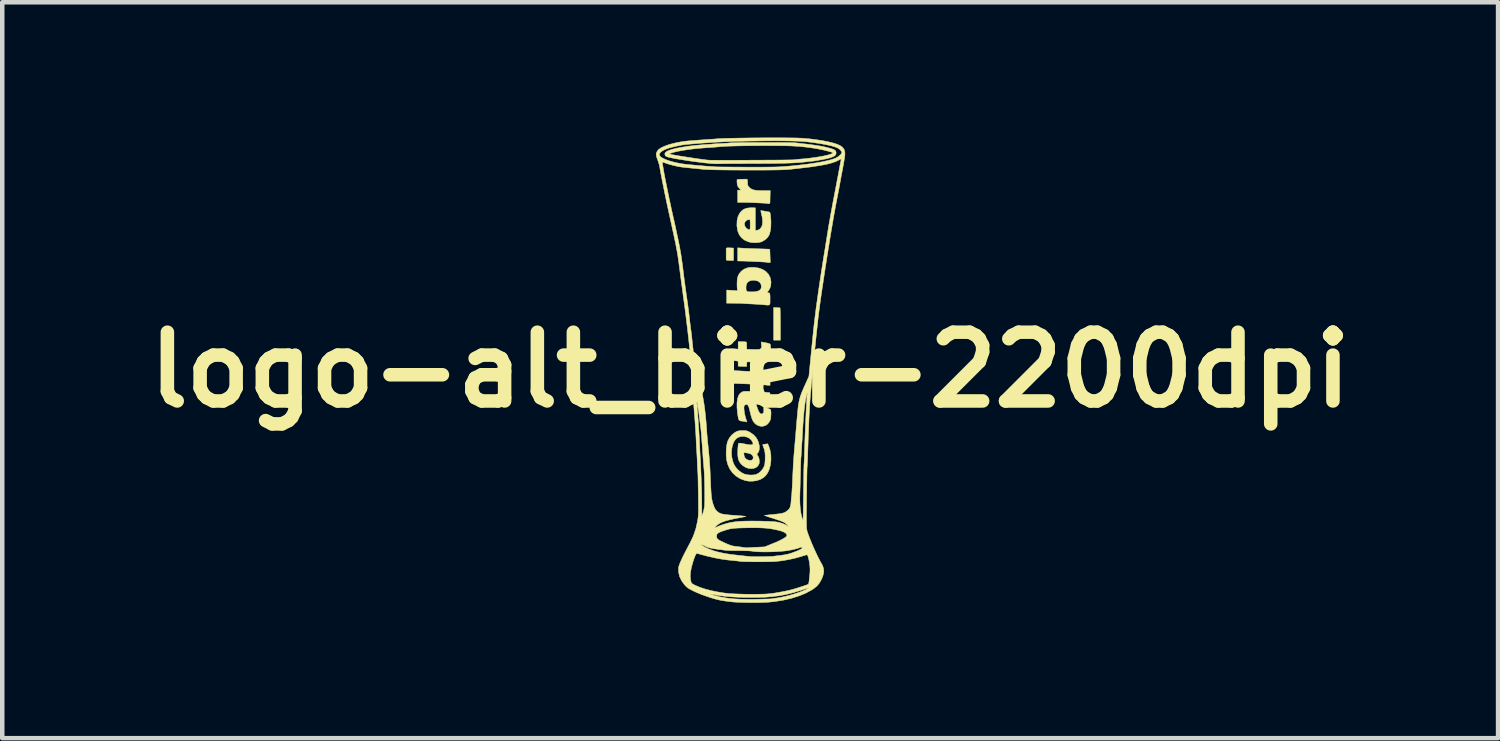
<source format=kicad_pcb>
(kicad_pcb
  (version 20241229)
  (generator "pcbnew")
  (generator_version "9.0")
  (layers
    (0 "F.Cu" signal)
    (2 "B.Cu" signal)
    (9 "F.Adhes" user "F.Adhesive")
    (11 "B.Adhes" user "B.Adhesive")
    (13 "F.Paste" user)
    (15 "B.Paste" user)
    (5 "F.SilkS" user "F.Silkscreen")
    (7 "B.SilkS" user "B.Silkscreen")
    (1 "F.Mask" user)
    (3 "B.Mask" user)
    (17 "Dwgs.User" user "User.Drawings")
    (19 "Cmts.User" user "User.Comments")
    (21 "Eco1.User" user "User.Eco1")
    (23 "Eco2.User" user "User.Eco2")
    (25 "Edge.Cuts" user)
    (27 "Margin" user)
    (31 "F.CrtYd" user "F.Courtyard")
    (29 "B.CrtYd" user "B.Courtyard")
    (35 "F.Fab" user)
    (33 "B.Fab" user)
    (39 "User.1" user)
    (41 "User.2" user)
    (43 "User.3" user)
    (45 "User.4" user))
  (footprint "logo-alt_bier-2200dpi"
    (layer "F.Cu")
    (at 13.578 5.148)
    (property "Reference" "logo-alt_bier-2200dpi" (at 0 0 0) (layer "F.SilkS") (effects (font (size 1.524 1.524) (thickness 0.3))))
    (attr through_hole)
    (fp_poly (pts (xy 0.586 -1.379) (xy 0.623 -1.377) (xy 0.651 -1.375) (xy 0.661 -1.375) (xy 0.663 -1.363) (xy 0.665 -1.332) (xy 0.667 -1.283) (xy 0.668 -1.219) (xy 0.669 -1.143) (xy 0.67 -1.058) (xy 0.67 -1.016) (xy 0.67 -0.658) (xy 0.52 -0.658) (xy 0.52 -1.382) (xy 0.586 -1.379)) (stroke (width 0.01) (type solid)) (fill yes) (layer "F.SilkS"))
    (fp_poly (pts (xy -0.45 -2.704) (xy -0.369 -2.7) (xy -0.369 -2.425) (xy -0.45 -2.425) (xy -0.497 -2.426) (xy -0.524 -2.431) (xy -0.531 -2.439) (xy -0.532 -2.462) (xy -0.532 -2.5) (xy -0.532 -2.547) (xy -0.532 -2.595) (xy -0.532 -2.64) (xy -0.532 -2.673) (xy -0.532 -2.69) (xy -0.527 -2.699) (xy -0.511 -2.704) (xy -0.48 -2.705) (xy -0.45 -2.704)) (stroke (width 0.01) (type solid)) (fill yes) (layer "F.SilkS"))
    (fp_poly (pts (xy -0.17 -2.697) (xy -0.125 -2.695) (xy -0.063 -2.692) (xy 0.012 -2.689) (xy 0.093 -2.686) (xy 0.175 -2.683) (xy 0.185 -2.683) (xy 0.258 -2.681) (xy 0.322 -2.679) (xy 0.375 -2.677) (xy 0.413 -2.675) (xy 0.433 -2.675) (xy 0.435 -2.674) (xy 0.436 -2.663) (xy 0.437 -2.633) (xy 0.439 -2.588) (xy 0.441 -2.534) (xy 0.441 -2.526) (xy 0.446 -2.378) (xy 0.409 -2.378) (xy 0.383 -2.38) (xy 0.368 -2.384) (xy 0.368 -2.384) (xy 0.355 -2.386) (xy 0.323 -2.389) (xy 0.277 -2.392) (xy 0.22 -2.395) (xy 0.19 -2.396) (xy 0.124 -2.399) (xy 0.061 -2.402) (xy 0.007 -2.405) (xy -0.032 -2.407) (xy -0.04 -2.407) (xy -0.082 -2.409) (xy -0.135 -2.411) (xy -0.188 -2.412) (xy -0.277 -2.413) (xy -0.277 -2.705) (xy -0.17 -2.697)) (stroke (width 0.01) (type solid)) (fill yes) (layer "F.SilkS"))
    (fp_poly (pts (xy -0.457 0.009) (xy -0.413 0.012) (xy -0.402 0.013) (xy -0.356 0.016) (xy -0.295 0.02) (xy -0.224 0.024) (xy -0.151 0.028) (xy -0.123 0.029) (xy -0.057 0.032) (xy 0.004 0.035) (xy 0.053 0.038) (xy 0.087 0.04) (xy 0.098 0.041) (xy 0.123 0.043) (xy 0.165 0.045) (xy 0.218 0.046) (xy 0.278 0.047) (xy 0.28 0.047) (xy 0.336 0.049) (xy 0.384 0.052) (xy 0.418 0.055) (xy 0.434 0.06) (xy 0.435 0.06) (xy 0.437 0.075) (xy 0.439 0.109) (xy 0.441 0.155) (xy 0.441 0.206) (xy 0.441 0.341) (xy 0.411 0.342) (xy 0.388 0.341) (xy 0.378 0.34) (xy 0.366 0.338) (xy 0.335 0.335) (xy 0.29 0.333) (xy 0.234 0.33) (xy 0.213 0.329) (xy 0.152 0.326) (xy 0.097 0.322) (xy 0.054 0.32) (xy 0.027 0.317) (xy 0.024 0.317) (xy 0.004 0.315) (xy -0.035 0.313) (xy -0.089 0.311) (xy -0.155 0.308) (xy -0.23 0.306) (xy -0.262 0.304) (xy -0.52 0.297) (xy -0.52 0.155) (xy -0.519 0.087) (xy -0.515 0.04) (xy -0.511 0.014) (xy -0.507 0.009) (xy -0.49 0.008) (xy -0.457 0.009)) (stroke (width 0.01) (type solid)) (fill yes) (layer "F.SilkS"))
    (fp_poly (pts (xy -0.082 -4.227) (xy -0.078 -4.226) (xy -0.067 -4.222) (xy -0.06 -4.208) (xy -0.058 -4.178) (xy -0.058 -4.155) (xy -0.057 -4.114) (xy -0.051 -4.088) (xy -0.037 -4.065) (xy -0.014 -4.041) (xy 0.015 -4.016) (xy 0.05 -3.998) (xy 0.093 -3.985) (xy 0.149 -3.977) (xy 0.221 -3.973) (xy 0.298 -3.972) (xy 0.445 -3.972) (xy 0.442 -3.853) (xy 0.441 -3.801) (xy 0.44 -3.754) (xy 0.44 -3.721) (xy 0.439 -3.709) (xy 0.433 -3.688) (xy 0.412 -3.683) (xy 0.389 -3.685) (xy 0.38 -3.688) (xy 0.367 -3.69) (xy 0.335 -3.693) (xy 0.287 -3.696) (xy 0.228 -3.699) (xy 0.161 -3.702) (xy 0.089 -3.705) (xy 0.018 -3.708) (xy -0.05 -3.71) (xy -0.11 -3.711) (xy -0.159 -3.712) (xy -0.277 -3.712) (xy -0.277 -3.848) (xy -0.277 -3.983) (xy -0.203 -3.983) (xy -0.233 -4.015) (xy -0.257 -4.044) (xy -0.276 -4.072) (xy -0.277 -4.074) (xy -0.284 -4.098) (xy -0.289 -4.132) (xy -0.292 -4.169) (xy -0.292 -4.201) (xy -0.288 -4.218) (xy -0.287 -4.219) (xy -0.275 -4.221) (xy -0.245 -4.223) (xy -0.205 -4.225) (xy -0.16 -4.226) (xy -0.117 -4.227) (xy -0.082 -4.227)) (stroke (width 0.01) (type solid)) (fill yes) (layer "F.SilkS"))
    (fp_poly (pts (xy -0.122 -0.622) (xy -0.092 -0.618) (xy -0.08 -0.611) (xy -0.08 -0.609) (xy -0.079 -0.59) (xy -0.078 -0.557) (xy -0.077 -0.525) (xy -0.075 -0.456) (xy 0.067 -0.452) (xy 0.129 -0.451) (xy 0.171 -0.452) (xy 0.199 -0.454) (xy 0.218 -0.459) (xy 0.231 -0.468) (xy 0.233 -0.47) (xy 0.247 -0.486) (xy 0.252 -0.506) (xy 0.251 -0.539) (xy 0.25 -0.555) (xy 0.243 -0.619) (xy 0.341 -0.602) (xy 0.397 -0.59) (xy 0.432 -0.578) (xy 0.445 -0.567) (xy 0.449 -0.548) (xy 0.453 -0.512) (xy 0.456 -0.464) (xy 0.458 -0.427) (xy 0.46 -0.371) (xy 0.46 -0.332) (xy 0.456 -0.303) (xy 0.449 -0.279) (xy 0.437 -0.254) (xy 0.417 -0.221) (xy 0.396 -0.196) (xy 0.369 -0.18) (xy 0.333 -0.17) (xy 0.284 -0.165) (xy 0.219 -0.165) (xy 0.156 -0.168) (xy 0.093 -0.171) (xy 0.036 -0.173) (xy -0.01 -0.175) (xy -0.04 -0.177) (xy -0.046 -0.177) (xy -0.064 -0.176) (xy -0.073 -0.166) (xy -0.076 -0.142) (xy -0.076 -0.127) (xy -0.077 -0.075) (xy -0.122 -0.075) (xy -0.165 -0.076) (xy -0.211 -0.078) (xy -0.216 -0.079) (xy -0.266 -0.082) (xy -0.266 -0.139) (xy -0.267 -0.174) (xy -0.273 -0.192) (xy -0.285 -0.197) (xy -0.286 -0.197) (xy -0.319 -0.199) (xy -0.356 -0.204) (xy -0.387 -0.211) (xy -0.404 -0.217) (xy -0.405 -0.218) (xy -0.41 -0.231) (xy -0.418 -0.261) (xy -0.428 -0.302) (xy -0.438 -0.348) (xy -0.448 -0.393) (xy -0.456 -0.432) (xy -0.461 -0.458) (xy -0.462 -0.465) (xy -0.451 -0.468) (xy -0.423 -0.469) (xy -0.382 -0.468) (xy -0.364 -0.467) (xy -0.266 -0.459) (xy -0.266 -0.623) (xy -0.173 -0.623) (xy -0.122 -0.622)) (stroke (width 0.01) (type solid)) (fill yes) (layer "F.SilkS"))
    (fp_poly (pts (xy 0.078 -3.592) (xy 0.115 -3.591) (xy 0.115 -3.094) (xy 0.149 -3.094) (xy 0.182 -3.101) (xy 0.211 -3.117) (xy 0.248 -3.16) (xy 0.27 -3.217) (xy 0.276 -3.29) (xy 0.267 -3.378) (xy 0.255 -3.435) (xy 0.245 -3.477) (xy 0.238 -3.51) (xy 0.235 -3.528) (xy 0.235 -3.53) (xy 0.247 -3.529) (xy 0.275 -3.525) (xy 0.313 -3.519) (xy 0.354 -3.512) (xy 0.393 -3.505) (xy 0.422 -3.499) (xy 0.435 -3.495) (xy 0.435 -3.495) (xy 0.441 -3.478) (xy 0.448 -3.442) (xy 0.454 -3.395) (xy 0.458 -3.339) (xy 0.461 -3.281) (xy 0.461 -3.274) (xy 0.459 -3.175) (xy 0.448 -3.086) (xy 0.43 -3.013) (xy 0.415 -2.978) (xy 0.379 -2.927) (xy 0.328 -2.882) (xy 0.27 -2.847) (xy 0.238 -2.834) (xy 0.17 -2.821) (xy 0.094 -2.818) (xy 0.018 -2.824) (xy -0.043 -2.839) (xy -0.127 -2.877) (xy -0.194 -2.93) (xy -0.243 -2.997) (xy -0.276 -3.079) (xy -0.292 -3.177) (xy -0.294 -3.204) (xy -0.294 -3.215) (xy -0.127 -3.215) (xy -0.109 -3.171) (xy -0.088 -3.145) (xy -0.059 -3.122) (xy -0.033 -3.108) (xy -0.024 -3.106) (xy -0.013 -3.107) (xy -0.006 -3.114) (xy -0.002 -3.13) (xy -0.000465 -3.161) (xy -0.000009 -3.209) (xy 0 -3.222) (xy -0.000414 -3.275) (xy -0.002 -3.309) (xy -0.006 -3.327) (xy -0.012 -3.333) (xy -0.018 -3.332) (xy -0.045 -3.326) (xy -0.053 -3.325) (xy -0.073 -3.317) (xy -0.097 -3.299) (xy -0.099 -3.297) (xy -0.124 -3.258) (xy -0.127 -3.215) (xy -0.294 -3.215) (xy -0.29 -3.309) (xy -0.269 -3.4) (xy -0.231 -3.474) (xy -0.194 -3.518) (xy -0.153 -3.552) (xy -0.106 -3.574) (xy -0.051 -3.588) (xy 0.018 -3.593) (xy 0.078 -3.592)) (stroke (width 0.01) (type solid)) (fill yes) (layer "F.SilkS"))
    (fp_poly (pts (xy 0.086 -2.272) (xy 0.187 -2.257) (xy 0.275 -2.226) (xy 0.347 -2.181) (xy 0.403 -2.123) (xy 0.441 -2.052) (xy 0.46 -1.971) (xy 0.462 -1.934) (xy 0.455 -1.86) (xy 0.432 -1.797) (xy 0.402 -1.752) (xy 0.383 -1.724) (xy 0.381 -1.71) (xy 0.397 -1.706) (xy 0.412 -1.708) (xy 0.424 -1.705) (xy 0.433 -1.693) (xy 0.438 -1.667) (xy 0.441 -1.625) (xy 0.441 -1.563) (xy 0.441 -1.56) (xy 0.441 -1.506) (xy 0.439 -1.469) (xy 0.431 -1.447) (xy 0.414 -1.437) (xy 0.384 -1.435) (xy 0.337 -1.439) (xy 0.294 -1.443) (xy 0.249 -1.447) (xy 0.187 -1.452) (xy 0.117 -1.456) (xy 0.044 -1.46) (xy 0.023 -1.461) (xy -0.04 -1.464) (xy -0.096 -1.467) (xy -0.139 -1.47) (xy -0.167 -1.472) (xy -0.173 -1.473) (xy -0.191 -1.474) (xy -0.226 -1.475) (xy -0.276 -1.476) (xy -0.334 -1.477) (xy -0.355 -1.477) (xy -0.52 -1.478) (xy -0.52 -1.769) (xy -0.275 -1.753) (xy -0.283 -1.778) (xy -0.287 -1.801) (xy -0.289 -1.833) (xy -0.092 -1.833) (xy -0.091 -1.785) (xy -0.084 -1.755) (xy -0.069 -1.739) (xy -0.041 -1.732) (xy -0.007 -1.729) (xy 0.083 -1.729) (xy 0.153 -1.739) (xy 0.202 -1.759) (xy 0.218 -1.772) (xy 0.24 -1.8) (xy 0.248 -1.835) (xy 0.248 -1.852) (xy 0.238 -1.904) (xy 0.209 -1.944) (xy 0.162 -1.971) (xy 0.099 -1.985) (xy 0.069 -1.986) (xy 0.004 -1.978) (xy -0.044 -1.953) (xy -0.076 -1.913) (xy -0.091 -1.858) (xy -0.092 -1.833) (xy -0.289 -1.833) (xy -0.289 -1.84) (xy -0.291 -1.889) (xy -0.291 -1.916) (xy -0.287 -2.001) (xy -0.272 -2.071) (xy -0.245 -2.128) (xy -0.205 -2.177) (xy -0.187 -2.194) (xy -0.127 -2.236) (xy -0.058 -2.262) (xy 0.023 -2.273) (xy 0.086 -2.272)) (stroke (width 0.01) (type solid)) (fill yes) (layer "F.SilkS"))
    (fp_poly (pts (xy -0.033 0.477) (xy 0.011 0.479) (xy 0.066 0.483) (xy 0.113 0.486) (xy 0.147 0.489) (xy 0.162 0.491) (xy 0.163 0.491) (xy 0.176 0.493) (xy 0.208 0.495) (xy 0.253 0.497) (xy 0.304 0.498) (xy 0.363 0.5) (xy 0.402 0.502) (xy 0.426 0.506) (xy 0.437 0.512) (xy 0.439 0.519) (xy 0.44 0.538) (xy 0.44 0.573) (xy 0.44 0.621) (xy 0.44 0.658) (xy 0.439 0.712) (xy 0.438 0.747) (xy 0.434 0.767) (xy 0.428 0.776) (xy 0.419 0.777) (xy 0.419 0.777) (xy 0.4 0.776) (xy 0.363 0.773) (xy 0.314 0.77) (xy 0.265 0.767) (xy 0.13 0.759) (xy 0.158 0.844) (xy 0.175 0.89) (xy 0.194 0.93) (xy 0.212 0.956) (xy 0.213 0.957) (xy 0.235 0.976) (xy 0.254 0.978) (xy 0.271 0.972) (xy 0.288 0.961) (xy 0.298 0.944) (xy 0.302 0.916) (xy 0.302 0.871) (xy 0.301 0.864) (xy 0.299 0.821) (xy 0.372 0.845) (xy 0.41 0.859) (xy 0.44 0.873) (xy 0.453 0.882) (xy 0.458 0.902) (xy 0.461 0.938) (xy 0.461 0.983) (xy 0.459 1.03) (xy 0.455 1.073) (xy 0.45 1.099) (xy 0.426 1.152) (xy 0.388 1.199) (xy 0.346 1.23) (xy 0.284 1.251) (xy 0.221 1.249) (xy 0.165 1.229) (xy 0.124 1.204) (xy 0.09 1.172) (xy 0.062 1.13) (xy 0.037 1.074) (xy 0.015 1.001) (xy -0.005 0.918) (xy -0.016 0.872) (xy -0.027 0.832) (xy -0.036 0.806) (xy -0.057 0.776) (xy -0.084 0.766) (xy -0.114 0.778) (xy -0.118 0.781) (xy -0.13 0.795) (xy -0.136 0.812) (xy -0.138 0.839) (xy -0.136 0.882) (xy -0.135 0.889) (xy -0.128 0.945) (xy -0.115 1.009) (xy -0.1 1.066) (xy -0.071 1.157) (xy -0.096 1.15) (xy -0.122 1.145) (xy -0.16 1.139) (xy -0.183 1.136) (xy -0.212 1.132) (xy -0.233 1.124) (xy -0.248 1.11) (xy -0.259 1.086) (xy -0.267 1.048) (xy -0.276 0.992) (xy -0.28 0.962) (xy -0.292 0.837) (xy -0.292 0.73) (xy -0.28 0.642) (xy -0.257 0.571) (xy -0.222 0.52) (xy -0.177 0.489) (xy -0.154 0.481) (xy -0.125 0.477) (xy -0.087 0.476) (xy -0.033 0.477)) (stroke (width 0.01) (type solid)) (fill yes) (layer "F.SilkS"))
    (fp_poly (pts (xy -0.118 1.346) (xy -0.082 1.351) (xy -0.05 1.361) (xy -0.012 1.379) (xy -0.002 1.385) (xy 0.076 1.44) (xy 0.138 1.509) (xy 0.18 1.591) (xy 0.202 1.68) (xy 0.204 1.732) (xy 0.198 1.782) (xy 0.184 1.823) (xy 0.164 1.848) (xy 0.163 1.849) (xy 0.15 1.859) (xy 0.15 1.871) (xy 0.161 1.891) (xy 0.168 1.902) (xy 0.194 1.956) (xy 0.204 2.017) (xy 0.199 2.076) (xy 0.197 2.083) (xy 0.17 2.131) (xy 0.128 2.166) (xy 0.076 2.185) (xy 0.016 2.19) (xy -0.047 2.181) (xy -0.11 2.157) (xy -0.169 2.117) (xy -0.186 2.102) (xy -0.223 2.06) (xy -0.249 2.016) (xy -0.266 1.963) (xy -0.274 1.899) (xy -0.275 1.869) (xy -0.139 1.869) (xy -0.133 1.907) (xy -0.12 1.941) (xy -0.094 1.973) (xy -0.057 1.995) (xy -0.016 2.007) (xy 0.023 2.006) (xy 0.051 1.991) (xy 0.068 1.96) (xy 0.066 1.925) (xy 0.046 1.891) (xy 0.013 1.865) (xy -0.018 1.854) (xy -0.059 1.844) (xy -0.079 1.841) (xy -0.139 1.833) (xy -0.139 1.869) (xy -0.275 1.869) (xy -0.275 1.819) (xy -0.274 1.774) (xy -0.271 1.72) (xy -0.266 1.674) (xy -0.262 1.641) (xy -0.258 1.627) (xy -0.243 1.625) (xy -0.21 1.627) (xy -0.165 1.634) (xy -0.132 1.64) (xy -0.058 1.655) (xy -0.003 1.662) (xy 0.034 1.662) (xy 0.055 1.655) (xy 0.063 1.64) (xy 0.06 1.617) (xy 0.056 1.606) (xy 0.025 1.554) (xy -0.022 1.514) (xy -0.08 1.487) (xy -0.144 1.475) (xy -0.21 1.478) (xy -0.271 1.499) (xy -0.277 1.502) (xy -0.325 1.541) (xy -0.363 1.598) (xy -0.391 1.669) (xy -0.408 1.75) (xy -0.414 1.837) (xy -0.408 1.927) (xy -0.389 2.016) (xy -0.362 2.091) (xy -0.322 2.157) (xy -0.267 2.22) (xy -0.201 2.272) (xy -0.134 2.308) (xy -0.133 2.308) (xy -0.066 2.325) (xy 0.01 2.332) (xy 0.083 2.328) (xy 0.129 2.319) (xy 0.184 2.292) (xy 0.237 2.248) (xy 0.281 2.193) (xy 0.297 2.166) (xy 0.311 2.135) (xy 0.321 2.103) (xy 0.327 2.064) (xy 0.331 2.012) (xy 0.332 1.983) (xy 0.333 1.896) (xy 0.327 1.824) (xy 0.313 1.761) (xy 0.292 1.706) (xy 0.282 1.678) (xy 0.278 1.66) (xy 0.278 1.658) (xy 0.291 1.654) (xy 0.32 1.649) (xy 0.336 1.646) (xy 0.389 1.639) (xy 0.413 1.694) (xy 0.443 1.789) (xy 0.459 1.894) (xy 0.461 2.002) (xy 0.449 2.108) (xy 0.423 2.204) (xy 0.399 2.26) (xy 0.37 2.31) (xy 0.34 2.348) (xy 0.301 2.383) (xy 0.286 2.394) (xy 0.221 2.431) (xy 0.141 2.456) (xy 0.053 2.468) (xy -0.036 2.467) (xy -0.112 2.453) (xy -0.22 2.413) (xy -0.314 2.354) (xy -0.393 2.28) (xy -0.456 2.19) (xy -0.5 2.087) (xy -0.522 1.996) (xy -0.53 1.924) (xy -0.532 1.843) (xy -0.529 1.76) (xy -0.521 1.681) (xy -0.508 1.614) (xy -0.497 1.58) (xy -0.459 1.506) (xy -0.405 1.441) (xy -0.34 1.389) (xy -0.319 1.377) (xy -0.282 1.36) (xy -0.247 1.351) (xy -0.203 1.346) (xy -0.167 1.346) (xy -0.118 1.346)) (stroke (width 0.01) (type solid)) (fill yes) (layer "F.SilkS"))
    (fp_poly (pts (xy 0.477 -5.04) (xy 0.586 -5.04) (xy 0.687 -5.039) (xy 0.778 -5.038) (xy 0.858 -5.037) (xy 0.923 -5.036) (xy 0.971 -5.035) (xy 0.999 -5.033) (xy 1.159 -5.015) (xy 1.298 -4.999) (xy 1.415 -4.983) (xy 1.512 -4.968) (xy 1.59 -4.955) (xy 1.628 -4.947) (xy 1.715 -4.926) (xy 1.783 -4.908) (xy 1.832 -4.892) (xy 1.867 -4.876) (xy 1.889 -4.859) (xy 1.9 -4.84) (xy 1.905 -4.817) (xy 1.905 -4.809) (xy 1.901 -4.78) (xy 1.886 -4.755) (xy 1.858 -4.734) (xy 1.816 -4.715) (xy 1.757 -4.696) (xy 1.678 -4.677) (xy 1.62 -4.665) (xy 1.553 -4.653) (xy 1.488 -4.641) (xy 1.432 -4.632) (xy 1.389 -4.626) (xy 1.38 -4.625) (xy 1.336 -4.621) (xy 1.279 -4.615) (xy 1.219 -4.608) (xy 1.201 -4.606) (xy 1.139 -4.6) (xy 1.076 -4.595) (xy 1.008 -4.59) (xy 0.935 -4.586) (xy 0.853 -4.583) (xy 0.76 -4.58) (xy 0.656 -4.578) (xy 0.537 -4.576) (xy 0.401 -4.575) (xy 0.247 -4.574) (xy 0.072 -4.573) (xy 0.041 -4.573) (xy -0.087 -4.573) (xy -0.208 -4.572) (xy -0.321 -4.572) (xy -0.424 -4.571) (xy -0.514 -4.571) (xy -0.589 -4.57) (xy -0.648 -4.569) (xy -0.688 -4.568) (xy -0.708 -4.568) (xy -0.709 -4.567) (xy -0.73 -4.567) (xy -0.768 -4.568) (xy -0.818 -4.57) (xy -0.86 -4.573) (xy -0.934 -4.58) (xy -1.02 -4.589) (xy -1.117 -4.601) (xy -1.22 -4.614) (xy -1.326 -4.629) (xy -1.431 -4.645) (xy -1.531 -4.661) (xy -1.623 -4.676) (xy -1.704 -4.691) (xy -1.77 -4.704) (xy -1.816 -4.715) (xy -1.821 -4.716) (xy -1.859 -4.73) (xy -1.879 -4.744) (xy -1.889 -4.764) (xy -1.889 -4.765) (xy -1.89 -4.786) (xy -1.786 -4.786) (xy -1.771 -4.78) (xy -1.75 -4.774) (xy -1.71 -4.766) (xy -1.653 -4.756) (xy -1.583 -4.744) (xy -1.504 -4.731) (xy -1.418 -4.718) (xy -1.329 -4.704) (xy -1.24 -4.69) (xy -1.155 -4.678) (xy -1.076 -4.667) (xy -1.008 -4.658) (xy -0.953 -4.651) (xy -0.929 -4.649) (xy -0.909 -4.648) (xy -0.867 -4.647) (xy -0.807 -4.647) (xy -0.731 -4.646) (xy -0.641 -4.646) (xy -0.539 -4.646) (xy -0.427 -4.646) (xy -0.308 -4.646) (xy -0.183 -4.647) (xy -0.055 -4.647) (xy 0.075 -4.648) (xy 0.203 -4.648) (xy 0.329 -4.649) (xy 0.449 -4.65) (xy 0.562 -4.65) (xy 0.665 -4.651) (xy 0.756 -4.652) (xy 0.834 -4.653) (xy 0.895 -4.654) (xy 0.938 -4.655) (xy 0.961 -4.656) (xy 0.964 -4.656) (xy 0.992 -4.66) (xy 1.035 -4.665) (xy 1.084 -4.669) (xy 1.091 -4.67) (xy 1.201 -4.679) (xy 1.309 -4.691) (xy 1.412 -4.704) (xy 1.509 -4.719) (xy 1.597 -4.734) (xy 1.674 -4.75) (xy 1.738 -4.766) (xy 1.787 -4.781) (xy 1.819 -4.795) (xy 1.831 -4.808) (xy 1.828 -4.815) (xy 1.812 -4.823) (xy 1.777 -4.834) (xy 1.728 -4.847) (xy 1.67 -4.862) (xy 1.606 -4.877) (xy 1.541 -4.89) (xy 1.48 -4.902) (xy 1.426 -4.911) (xy 1.426 -4.911) (xy 1.333 -4.925) (xy 1.248 -4.936) (xy 1.167 -4.945) (xy 1.087 -4.953) (xy 1.005 -4.958) (xy 0.917 -4.963) (xy 0.821 -4.966) (xy 0.713 -4.968) (xy 0.589 -4.969) (xy 0.447 -4.97) (xy 0.381 -4.97) (xy 0.216 -4.97) (xy 0.058 -4.969) (xy -0.09 -4.967) (xy -0.227 -4.965) (xy -0.351 -4.962) (xy -0.459 -4.959) (xy -0.55 -4.955) (xy -0.622 -4.951) (xy -0.664 -4.947) (xy -0.698 -4.943) (xy -0.741 -4.94) (xy -0.796 -4.935) (xy -0.866 -4.93) (xy -0.953 -4.924) (xy -1.039 -4.918) (xy -1.149 -4.909) (xy -1.261 -4.897) (xy -1.372 -4.883) (xy -1.478 -4.867) (xy -1.575 -4.85) (xy -1.659 -4.832) (xy -1.726 -4.814) (xy -1.761 -4.802) (xy -1.783 -4.793) (xy -1.786 -4.786) (xy -1.89 -4.786) (xy -1.891 -4.794) (xy -1.878 -4.819) (xy -1.85 -4.842) (xy -1.803 -4.864) (xy -1.737 -4.886) (xy -1.68 -4.901) (xy -1.595 -4.92) (xy -1.492 -4.938) (xy -1.377 -4.956) (xy -1.256 -4.971) (xy -1.133 -4.983) (xy -1.015 -4.993) (xy -0.987 -4.994) (xy -0.933 -4.998) (xy -0.888 -5.001) (xy -0.856 -5.003) (xy -0.843 -5.005) (xy -0.843 -5.005) (xy -0.83 -5.007) (xy -0.798 -5.009) (xy -0.751 -5.012) (xy -0.694 -5.015) (xy -0.664 -5.016) (xy -0.6 -5.02) (xy -0.544 -5.023) (xy -0.498 -5.026) (xy -0.468 -5.029) (xy -0.462 -5.03) (xy -0.442 -5.032) (xy -0.401 -5.034) (xy -0.342 -5.035) (xy -0.268 -5.037) (xy -0.18 -5.038) (xy -0.082 -5.039) (xy 0.024 -5.039) (xy 0.135 -5.04) (xy 0.25 -5.04) (xy 0.364 -5.04) (xy 0.477 -5.04)) (stroke (width 0.01) (type solid)) (fill yes) (layer "F.SilkS"))
    (fp_poly (pts (xy 0.704 -5.143) (xy 0.82 -5.142) (xy 0.926 -5.141) (xy 1.017 -5.14) (xy 1.092 -5.137) (xy 1.148 -5.135) (xy 1.155 -5.134) (xy 1.309 -5.121) (xy 1.463 -5.102) (xy 1.61 -5.079) (xy 1.744 -5.052) (xy 1.837 -5.029) (xy 1.926 -5.001) (xy 1.995 -4.97) (xy 2.044 -4.936) (xy 2.077 -4.895) (xy 2.096 -4.846) (xy 2.101 -4.788) (xy 2.101 -4.787) (xy 2.099 -4.756) (xy 2.093 -4.707) (xy 2.083 -4.645) (xy 2.071 -4.574) (xy 2.057 -4.499) (xy 2.056 -4.489) (xy 2.04 -4.409) (xy 2.025 -4.33) (xy 2.011 -4.255) (xy 2 -4.192) (xy 1.991 -4.145) (xy 1.991 -4.145) (xy 1.983 -4.1) (xy 1.972 -4.038) (xy 1.958 -3.964) (xy 1.942 -3.883) (xy 1.926 -3.8) (xy 1.921 -3.775) (xy 1.899 -3.663) (xy 1.875 -3.531) (xy 1.848 -3.382) (xy 1.82 -3.218) (xy 1.79 -3.042) (xy 1.76 -2.858) (xy 1.729 -2.668) (xy 1.698 -2.474) (xy 1.668 -2.28) (xy 1.639 -2.089) (xy 1.611 -1.903) (xy 1.584 -1.725) (xy 1.56 -1.558) (xy 1.539 -1.404) (xy 1.521 -1.267) (xy 1.519 -1.247) (xy 1.51 -1.179) (xy 1.5 -1.092) (xy 1.489 -0.987) (xy 1.476 -0.869) (xy 1.462 -0.74) (xy 1.448 -0.603) (xy 1.434 -0.461) (xy 1.419 -0.317) (xy 1.405 -0.175) (xy 1.391 -0.037) (xy 1.379 0.093) (xy 1.368 0.213) (xy 1.363 0.266) (xy 1.355 0.344) (xy 1.349 0.419) (xy 1.343 0.485) (xy 1.338 0.538) (xy 1.335 0.575) (xy 1.334 0.583) (xy 1.331 0.621) (xy 1.327 0.673) (xy 1.323 0.73) (xy 1.322 0.75) (xy 1.318 0.812) (xy 1.315 0.877) (xy 1.311 0.935) (xy 1.311 0.947) (xy 1.308 0.991) (xy 1.305 1.051) (xy 1.302 1.119) (xy 1.3 1.19) (xy 1.299 1.206) (xy 1.296 1.283) (xy 1.293 1.366) (xy 1.29 1.446) (xy 1.287 1.514) (xy 1.287 1.518) (xy 1.285 1.576) (xy 1.283 1.65) (xy 1.28 1.733) (xy 1.277 1.819) (xy 1.275 1.888) (xy 1.273 1.961) (xy 1.27 2.029) (xy 1.267 2.088) (xy 1.265 2.132) (xy 1.263 2.158) (xy 1.262 2.159) (xy 1.261 2.178) (xy 1.26 2.218) (xy 1.259 2.276) (xy 1.257 2.351) (xy 1.256 2.44) (xy 1.254 2.541) (xy 1.253 2.651) (xy 1.251 2.77) (xy 1.25 2.857) (xy 1.249 2.998) (xy 1.248 3.117) (xy 1.247 3.216) (xy 1.247 3.299) (xy 1.247 3.367) (xy 1.248 3.421) (xy 1.249 3.464) (xy 1.251 3.498) (xy 1.253 3.524) (xy 1.256 3.546) (xy 1.26 3.563) (xy 1.264 3.58) (xy 1.267 3.591) (xy 1.29 3.656) (xy 1.32 3.735) (xy 1.356 3.824) (xy 1.395 3.916) (xy 1.437 4.009) (xy 1.478 4.097) (xy 1.516 4.175) (xy 1.55 4.239) (xy 1.567 4.269) (xy 1.606 4.341) (xy 1.627 4.407) (xy 1.632 4.472) (xy 1.62 4.54) (xy 1.592 4.618) (xy 1.57 4.664) (xy 1.529 4.733) (xy 1.481 4.79) (xy 1.419 4.842) (xy 1.36 4.881) (xy 1.229 4.951) (xy 1.08 5.012) (xy 0.915 5.063) (xy 0.736 5.105) (xy 0.546 5.135) (xy 0.416 5.149) (xy 0.336 5.154) (xy 0.24 5.157) (xy 0.131 5.159) (xy 0.016 5.159) (xy -0.099 5.157) (xy -0.21 5.154) (xy -0.31 5.15) (xy -0.394 5.144) (xy -0.41 5.142) (xy -0.481 5.134) (xy -0.559 5.123) (xy -0.632 5.112) (xy -0.68 5.103) (xy -0.773 5.08) (xy -0.879 5.049) (xy -0.991 5.011) (xy -1.102 4.97) (xy -1.106 4.968) (xy -0.885 4.968) (xy -0.878 4.974) (xy -0.852 4.983) (xy -0.813 4.995) (xy -0.765 5.008) (xy -0.713 5.021) (xy -0.661 5.033) (xy -0.629 5.039) (xy -0.532 5.056) (xy -0.432 5.069) (xy -0.326 5.078) (xy -0.21 5.084) (xy -0.08 5.086) (xy 0.068 5.086) (xy 0.104 5.086) (xy 0.191 5.084) (xy 0.271 5.082) (xy 0.342 5.08) (xy 0.401 5.079) (xy 0.443 5.077) (xy 0.466 5.075) (xy 0.468 5.075) (xy 0.496 5.071) (xy 0.538 5.065) (xy 0.587 5.058) (xy 0.595 5.057) (xy 0.687 5.041) (xy 0.787 5.019) (xy 0.889 4.993) (xy 0.99 4.963) (xy 1.084 4.932) (xy 1.167 4.9) (xy 1.234 4.87) (xy 1.27 4.849) (xy 1.29 4.836) (xy 1.292 4.831) (xy 1.287 4.832) (xy 1.114 4.891) (xy 0.953 4.939) (xy 0.8 4.977) (xy 0.65 5.006) (xy 0.497 5.026) (xy 0.336 5.039) (xy 0.161 5.045) (xy 0.029 5.046) (xy -0.131 5.045) (xy -0.283 5.039) (xy -0.425 5.031) (xy -0.554 5.02) (xy -0.667 5.006) (xy -0.76 4.99) (xy -0.775 4.987) (xy -0.821 4.978) (xy -0.858 4.971) (xy -0.881 4.968) (xy -0.885 4.968) (xy -1.106 4.968) (xy -1.204 4.927) (xy -1.264 4.899) (xy -1.323 4.869) (xy -1.366 4.844) (xy -1.4 4.819) (xy -1.43 4.791) (xy -1.454 4.765) (xy -1.519 4.676) (xy -1.564 4.582) (xy -1.564 4.58) (xy -1.328 4.58) (xy -1.319 4.663) (xy -1.314 4.684) (xy -1.307 4.709) (xy -1.298 4.727) (xy -1.281 4.743) (xy -1.253 4.759) (xy -1.208 4.781) (xy -1.208 4.781) (xy -1.109 4.822) (xy -0.993 4.86) (xy -0.863 4.894) (xy -0.726 4.922) (xy -0.585 4.945) (xy -0.472 4.958) (xy -0.401 4.963) (xy -0.314 4.967) (xy -0.217 4.97) (xy -0.112 4.973) (xy -0.005 4.974) (xy 0.101 4.974) (xy 0.2 4.973) (xy 0.289 4.971) (xy 0.363 4.968) (xy 0.413 4.964) (xy 0.522 4.951) (xy 0.643 4.931) (xy 0.766 4.908) (xy 0.88 4.883) (xy 0.901 4.877) (xy 0.941 4.867) (xy 0.993 4.852) (xy 1.05 4.834) (xy 1.11 4.815) (xy 1.168 4.796) (xy 1.22 4.779) (xy 1.26 4.764) (xy 1.285 4.754) (xy 1.291 4.751) (xy 1.297 4.736) (xy 1.303 4.702) (xy 1.309 4.656) (xy 1.315 4.602) (xy 1.321 4.545) (xy 1.325 4.491) (xy 1.327 4.443) (xy 1.327 4.428) (xy 1.325 4.372) (xy 1.319 4.313) (xy 1.31 4.253) (xy 1.299 4.198) (xy 1.287 4.151) (xy 1.275 4.117) (xy 1.263 4.099) (xy 1.258 4.098) (xy 1.24 4.103) (xy 1.206 4.113) (xy 1.161 4.127) (xy 1.115 4.141) (xy 0.981 4.178) (xy 0.837 4.209) (xy 0.693 4.233) (xy 0.566 4.247) (xy 0.521 4.25) (xy 0.461 4.252) (xy 0.388 4.253) (xy 0.306 4.254) (xy 0.219 4.255) (xy 0.13 4.254) (xy 0.044 4.254) (xy -0.037 4.253) (xy -0.108 4.251) (xy -0.166 4.25) (xy -0.207 4.247) (xy -0.225 4.245) (xy -0.258 4.24) (xy -0.3 4.234) (xy -0.318 4.233) (xy -0.354 4.229) (xy -0.405 4.224) (xy -0.463 4.218) (xy -0.502 4.214) (xy -0.639 4.195) (xy -0.792 4.166) (xy -0.961 4.127) (xy -1.141 4.079) (xy -1.178 4.068) (xy -1.191 4.073) (xy -1.207 4.095) (xy -1.226 4.137) (xy -1.249 4.199) (xy -1.269 4.26) (xy -1.303 4.382) (xy -1.322 4.487) (xy -1.328 4.58) (xy -1.564 4.58) (xy -1.587 4.487) (xy -1.589 4.393) (xy -1.588 4.383) (xy -1.578 4.344) (xy -1.557 4.286) (xy -1.524 4.211) (xy -1.481 4.12) (xy -1.427 4.014) (xy -1.364 3.894) (xy -1.353 3.874) (xy -1.085 3.874) (xy -1.075 3.886) (xy -1.048 3.904) (xy -1.009 3.927) (xy -0.962 3.95) (xy -0.911 3.973) (xy -0.877 3.986) (xy -0.8 4.013) (xy -0.718 4.036) (xy -0.628 4.057) (xy -0.526 4.076) (xy -0.41 4.093) (xy -0.277 4.109) (xy -0.156 4.122) (xy -0.102 4.128) (xy -0.055 4.133) (xy -0.02 4.136) (xy -0.006 4.138) (xy 0.021 4.14) (xy 0.067 4.141) (xy 0.126 4.142) (xy 0.194 4.142) (xy 0.266 4.141) (xy 0.337 4.14) (xy 0.402 4.138) (xy 0.457 4.136) (xy 0.497 4.134) (xy 0.508 4.133) (xy 0.562 4.126) (xy 0.62 4.119) (xy 0.652 4.116) (xy 0.701 4.109) (xy 0.758 4.1) (xy 0.807 4.091) (xy 0.859 4.079) (xy 0.916 4.061) (xy 0.975 4.04) (xy 1.032 4.018) (xy 1.083 3.996) (xy 1.123 3.976) (xy 1.148 3.959) (xy 1.155 3.949) (xy 1.146 3.933) (xy 1.124 3.931) (xy 1.11 3.936) (xy 1.083 3.947) (xy 1.039 3.96) (xy 0.984 3.975) (xy 0.925 3.988) (xy 0.867 4) (xy 0.837 4.005) (xy 0.767 4.015) (xy 0.683 4.022) (xy 0.591 4.028) (xy 0.493 4.033) (xy 0.394 4.035) (xy 0.299 4.035) (xy 0.212 4.034) (xy 0.136 4.03) (xy 0.076 4.025) (xy 0.045 4.019) (xy 0.017 4.016) (xy -0.029 4.012) (xy -0.09 4.01) (xy -0.16 4.008) (xy -0.236 4.007) (xy -0.25 4.007) (xy -0.325 4.007) (xy -0.396 4.006) (xy -0.457 4.005) (xy -0.504 4.003) (xy -0.534 4.001) (xy -0.537 4.001) (xy -0.635 3.988) (xy -0.714 3.978) (xy -0.775 3.969) (xy -0.823 3.962) (xy -0.859 3.955) (xy -0.887 3.949) (xy -0.909 3.943) (xy -0.918 3.941) (xy -0.953 3.929) (xy -0.979 3.918) (xy -0.987 3.914) (xy -1.004 3.904) (xy -1.03 3.892) (xy -1.057 3.881) (xy -1.078 3.874) (xy -1.085 3.874) (xy -1.353 3.874) (xy -1.328 3.827) (xy -1.26 3.684) (xy -0.745 3.684) (xy -0.742 3.709) (xy -0.736 3.729) (xy -0.725 3.747) (xy -0.704 3.764) (xy -0.672 3.784) (xy -0.625 3.807) (xy -0.561 3.837) (xy -0.552 3.841) (xy -0.49 3.868) (xy -0.44 3.887) (xy -0.399 3.9) (xy -0.357 3.908) (xy -0.309 3.914) (xy -0.3 3.915) (xy -0.247 3.921) (xy -0.198 3.928) (xy -0.161 3.934) (xy -0.15 3.936) (xy -0.113 3.941) (xy -0.069 3.943) (xy -0.052 3.942) (xy -0.018 3.94) (xy 0.032 3.937) (xy 0.092 3.934) (xy 0.156 3.931) (xy 0.162 3.931) (xy 0.318 3.924) (xy 0.495 3.853) (xy 0.588 3.815) (xy 0.667 3.777) (xy 0.732 3.743) (xy 0.779 3.713) (xy 0.806 3.688) (xy 0.812 3.678) (xy 0.812 3.649) (xy 0.789 3.621) (xy 0.744 3.594) (xy 0.677 3.569) (xy 0.587 3.547) (xy 0.579 3.545) (xy 0.499 3.529) (xy 0.42 3.517) (xy 0.339 3.508) (xy 0.251 3.503) (xy 0.152 3.5) (xy 0.037 3.5) (xy -0.07 3.501) (xy -0.175 3.503) (xy -0.26 3.506) (xy -0.33 3.51) (xy -0.389 3.516) (xy -0.441 3.524) (xy -0.49 3.535) (xy -0.539 3.55) (xy -0.594 3.568) (xy -0.629 3.58) (xy -0.685 3.603) (xy -0.721 3.626) (xy -0.74 3.652) (xy -0.745 3.684) (xy -1.26 3.684) (xy -1.257 3.676) (xy -1.202 3.514) (xy -1.165 3.342) (xy -1.159 3.308) (xy -1.155 3.274) (xy -1.151 3.239) (xy -1.149 3.198) (xy -1.147 3.151) (xy -1.147 3.093) (xy -1.147 3.021) (xy -1.147 2.934) (xy -1.149 2.828) (xy -1.149 2.765) (xy -1.151 2.664) (xy -1.153 2.569) (xy -1.154 2.483) (xy -1.156 2.409) (xy -1.157 2.348) (xy -1.159 2.305) (xy -1.16 2.282) (xy -1.16 2.28) (xy -1.162 2.256) (xy -1.165 2.215) (xy -1.168 2.16) (xy -1.171 2.099) (xy -1.171 2.078) (xy -1.174 2.011) (xy -1.177 1.944) (xy -1.18 1.886) (xy -1.183 1.842) (xy -1.183 1.836) (xy -1.186 1.793) (xy -1.189 1.735) (xy -1.193 1.671) (xy -1.195 1.622) (xy -1.199 1.534) (xy -1.203 1.451) (xy -1.208 1.37) (xy -1.213 1.288) (xy -1.219 1.201) (xy -1.225 1.106) (xy -1.234 1) (xy -1.243 0.88) (xy -1.254 0.742) (xy -1.257 0.704) (xy -1.186 0.704) (xy -1.184 0.727) (xy -1.18 0.76) (xy -1.176 0.805) (xy -1.172 0.849) (xy -1.159 1.026) (xy -1.148 1.18) (xy -1.139 1.314) (xy -1.132 1.427) (xy -1.127 1.521) (xy -1.126 1.541) (xy -1.122 1.63) (xy -1.118 1.714) (xy -1.114 1.8) (xy -1.109 1.896) (xy -1.103 1.997) (xy -1.101 2.027) (xy -1.099 2.062) (xy -1.097 2.104) (xy -1.095 2.155) (xy -1.093 2.219) (xy -1.09 2.296) (xy -1.086 2.39) (xy -1.082 2.504) (xy -1.079 2.592) (xy -1.077 2.662) (xy -1.075 2.747) (xy -1.074 2.839) (xy -1.073 2.932) (xy -1.072 3.002) (xy -1.071 3.239) (xy -1.049 3.182) (xy -1.036 3.142) (xy -1.024 3.09) (xy -1.014 3.038) (xy -1.011 3) (xy -1.009 2.943) (xy -1.007 2.87) (xy -1.007 2.785) (xy -1.008 2.693) (xy -1.009 2.595) (xy -1.011 2.497) (xy -1.014 2.402) (xy -1.017 2.314) (xy -1.021 2.237) (xy -1.026 2.173) (xy -1.026 2.171) (xy -1.032 2.106) (xy -1.038 2.036) (xy -1.043 1.973) (xy -1.044 1.951) (xy -1.054 1.805) (xy -1.063 1.68) (xy -1.071 1.575) (xy -1.078 1.488) (xy -1.083 1.416) (xy -1.088 1.358) (xy -1.093 1.313) (xy -1.097 1.278) (xy -1.097 1.276) (xy -1.115 1.139) (xy -1.13 1.023) (xy -1.142 0.928) (xy -1.153 0.852) (xy -1.162 0.794) (xy -1.169 0.752) (xy -1.174 0.725) (xy -1.178 0.713) (xy -1.184 0.699) (xy -1.186 0.704) (xy -1.257 0.704) (xy -1.264 0.623) (xy -1.267 0.583) (xy -1.271 0.529) (xy -1.274 0.47) (xy -1.276 0.445) (xy -1.279 0.386) (xy -1.283 0.329) (xy -1.286 0.281) (xy -1.287 0.266) (xy -1.294 0.181) (xy -1.3 0.078) (xy -1.307 -0.038) (xy -1.311 -0.11) (xy -1.316 -0.19) (xy -1.324 -0.29) (xy -1.335 -0.407) (xy -1.349 -0.54) (xy -1.364 -0.685) (xy -1.382 -0.839) (xy -1.401 -1) (xy -1.421 -1.165) (xy -1.442 -1.332) (xy -1.464 -1.498) (xy -1.484 -1.639) (xy -1.498 -1.747) (xy -1.514 -1.863) (xy -1.53 -1.982) (xy -1.545 -2.097) (xy -1.559 -2.201) (xy -1.57 -2.286) (xy -1.579 -2.357) (xy -1.588 -2.422) (xy -1.597 -2.484) (xy -1.606 -2.546) (xy -1.617 -2.609) (xy -1.629 -2.675) (xy -1.643 -2.748) (xy -1.659 -2.829) (xy -1.678 -2.92) (xy -1.701 -3.025) (xy -1.727 -3.144) (xy -1.757 -3.281) (xy -1.791 -3.437) (xy -1.801 -3.481) (xy -1.82 -3.569) (xy -1.841 -3.666) (xy -1.863 -3.77) (xy -1.885 -3.877) (xy -1.907 -3.984) (xy -1.928 -4.089) (xy -1.948 -4.189) (xy -1.966 -4.28) (xy -1.981 -4.359) (xy -1.993 -4.423) (xy -2.001 -4.471) (xy -2.004 -4.491) (xy -2.012 -4.531) (xy -2.026 -4.584) (xy -2.029 -4.591) (xy -1.946 -4.591) (xy -1.942 -4.557) (xy -1.933 -4.504) (xy -1.922 -4.435) (xy -1.907 -4.352) (xy -1.889 -4.257) (xy -1.868 -4.152) (xy -1.845 -4.039) (xy -1.821 -3.92) (xy -1.796 -3.798) (xy -1.769 -3.675) (xy -1.743 -3.552) (xy -1.716 -3.431) (xy -1.709 -3.4) (xy -1.686 -3.301) (xy -1.662 -3.193) (xy -1.639 -3.082) (xy -1.616 -2.977) (xy -1.596 -2.884) (xy -1.587 -2.84) (xy -1.571 -2.761) (xy -1.558 -2.69) (xy -1.546 -2.623) (xy -1.534 -2.556) (xy -1.524 -2.485) (xy -1.512 -2.405) (xy -1.5 -2.313) (xy -1.486 -2.205) (xy -1.478 -2.136) (xy -1.464 -2.025) (xy -1.45 -1.921) (xy -1.436 -1.815) (xy -1.42 -1.703) (xy -1.402 -1.577) (xy -1.392 -1.507) (xy -1.381 -1.43) (xy -1.371 -1.351) (xy -1.361 -1.276) (xy -1.353 -1.213) (xy -1.351 -1.189) (xy -1.343 -1.12) (xy -1.334 -1.042) (xy -1.325 -0.968) (xy -1.322 -0.947) (xy -1.315 -0.891) (xy -1.308 -0.844) (xy -1.303 -0.799) (xy -1.297 -0.752) (xy -1.292 -0.699) (xy -1.285 -0.635) (xy -1.277 -0.556) (xy -1.27 -0.496) (xy -1.258 -0.393) (xy -1.244 -0.298) (xy -1.226 -0.202) (xy -1.203 -0.097) (xy -1.191 -0.046) (xy -1.146 0.139) (xy -1.108 0.306) (xy -1.076 0.458) (xy -1.049 0.6) (xy -1.026 0.734) (xy -1.007 0.866) (xy -0.992 0.998) (xy -0.979 1.134) (xy -0.967 1.278) (xy -0.964 1.322) (xy -0.96 1.392) (xy -0.955 1.456) (xy -0.949 1.52) (xy -0.942 1.592) (xy -0.934 1.676) (xy -0.929 1.72) (xy -0.913 1.889) (xy -0.9 2.047) (xy -0.89 2.208) (xy -0.883 2.361) (xy -0.878 2.482) (xy -0.874 2.582) (xy -0.869 2.665) (xy -0.865 2.733) (xy -0.86 2.788) (xy -0.855 2.834) (xy -0.848 2.874) (xy -0.841 2.909) (xy -0.832 2.942) (xy -0.823 2.973) (xy -0.797 3.044) (xy -0.768 3.098) (xy -0.732 3.138) (xy -0.689 3.169) (xy -0.662 3.182) (xy -0.627 3.193) (xy -0.581 3.202) (xy -0.521 3.21) (xy -0.446 3.218) (xy -0.35 3.225) (xy -0.323 3.227) (xy -0.257 3.231) (xy -0.197 3.236) (xy -0.147 3.241) (xy -0.112 3.245) (xy -0.096 3.249) (xy -0.095 3.249) (xy -0.105 3.252) (xy -0.133 3.258) (xy -0.175 3.267) (xy -0.228 3.277) (xy -0.234 3.278) (xy -0.355 3.301) (xy -0.457 3.324) (xy -0.54 3.346) (xy -0.607 3.37) (xy -0.662 3.394) (xy -0.706 3.422) (xy -0.732 3.442) (xy -0.764 3.473) (xy -0.781 3.493) (xy -0.782 3.501) (xy -0.766 3.497) (xy -0.748 3.487) (xy -0.721 3.474) (xy -0.679 3.457) (xy -0.628 3.438) (xy -0.587 3.424) (xy -0.509 3.401) (xy -0.425 3.382) (xy -0.335 3.368) (xy -0.233 3.358) (xy -0.118 3.353) (xy 0.014 3.351) (xy 0.165 3.352) (xy 0.185 3.352) (xy 0.27 3.354) (xy 0.35 3.357) (xy 0.423 3.359) (xy 0.483 3.362) (xy 0.526 3.364) (xy 0.548 3.366) (xy 0.616 3.377) (xy 0.683 3.394) (xy 0.743 3.415) (xy 0.789 3.437) (xy 0.803 3.446) (xy 0.83 3.464) (xy 0.841 3.467) (xy 0.838 3.457) (xy 0.822 3.438) (xy 0.796 3.414) (xy 0.777 3.398) (xy 0.758 3.385) (xy 0.735 3.372) (xy 0.706 3.359) (xy 0.666 3.344) (xy 0.614 3.327) (xy 0.546 3.304) (xy 0.48 3.283) (xy 0.422 3.265) (xy 0.374 3.248) (xy 0.338 3.235) (xy 0.32 3.227) (xy 0.318 3.225) (xy 0.333 3.223) (xy 0.366 3.22) (xy 0.415 3.214) (xy 0.474 3.209) (xy 0.516 3.204) (xy 0.595 3.196) (xy 0.655 3.189) (xy 0.7 3.181) (xy 0.735 3.172) (xy 0.764 3.161) (xy 0.791 3.146) (xy 0.811 3.132) (xy 0.85 3.1) (xy 0.877 3.064) (xy 0.894 3.017) (xy 0.904 2.955) (xy 0.906 2.933) (xy 0.91 2.881) (xy 0.91 2.873) (xy 1.1 2.873) (xy 1.104 2.986) (xy 1.113 3.092) (xy 1.127 3.187) (xy 1.145 3.262) (xy 1.157 3.299) (xy 1.167 3.324) (xy 1.172 3.332) (xy 1.173 3.331) (xy 1.173 3.317) (xy 1.174 3.283) (xy 1.175 3.23) (xy 1.177 3.16) (xy 1.178 3.077) (xy 1.179 2.981) (xy 1.181 2.875) (xy 1.182 2.761) (xy 1.182 2.719) (xy 1.184 2.603) (xy 1.185 2.492) (xy 1.187 2.391) (xy 1.188 2.3) (xy 1.189 2.223) (xy 1.191 2.161) (xy 1.192 2.117) (xy 1.193 2.093) (xy 1.193 2.09) (xy 1.195 2.07) (xy 1.197 2.031) (xy 1.199 1.977) (xy 1.202 1.91) (xy 1.204 1.835) (xy 1.205 1.795) (xy 1.208 1.711) (xy 1.211 1.626) (xy 1.213 1.547) (xy 1.216 1.478) (xy 1.218 1.426) (xy 1.218 1.414) (xy 1.221 1.355) (xy 1.224 1.282) (xy 1.227 1.206) (xy 1.23 1.149) (xy 1.235 1.025) (xy 1.241 0.907) (xy 1.247 0.798) (xy 1.252 0.702) (xy 1.257 0.621) (xy 1.262 0.559) (xy 1.265 0.531) (xy 1.266 0.51) (xy 1.264 0.51) (xy 1.258 0.53) (xy 1.248 0.566) (xy 1.23 0.652) (xy 1.213 0.76) (xy 1.197 0.89) (xy 1.183 1.04) (xy 1.171 1.209) (xy 1.16 1.391) (xy 1.157 1.452) (xy 1.154 1.513) (xy 1.151 1.564) (xy 1.149 1.587) (xy 1.146 1.629) (xy 1.143 1.685) (xy 1.139 1.747) (xy 1.137 1.784) (xy 1.134 1.839) (xy 1.131 1.89) (xy 1.128 1.928) (xy 1.126 1.945) (xy 1.124 1.966) (xy 1.123 2.006) (xy 1.121 2.063) (xy 1.119 2.132) (xy 1.117 2.21) (xy 1.115 2.292) (xy 1.113 2.385) (xy 1.11 2.48) (xy 1.108 2.571) (xy 1.105 2.654) (xy 1.103 2.723) (xy 1.102 2.759) (xy 1.1 2.873) (xy 0.91 2.873) (xy 0.914 2.834) (xy 0.917 2.799) (xy 0.918 2.794) (xy 0.922 2.755) (xy 0.926 2.694) (xy 0.931 2.614) (xy 0.936 2.516) (xy 0.941 2.407) (xy 0.946 2.293) (xy 0.951 2.196) (xy 0.955 2.112) (xy 0.96 2.035) (xy 0.965 1.96) (xy 0.971 1.882) (xy 0.978 1.794) (xy 0.987 1.692) (xy 0.988 1.68) (xy 0.996 1.591) (xy 1.003 1.504) (xy 1.01 1.425) (xy 1.015 1.357) (xy 1.02 1.304) (xy 1.022 1.27) (xy 1.026 1.22) (xy 1.03 1.172) (xy 1.033 1.137) (xy 1.037 1.101) (xy 1.041 1.053) (xy 1.045 1.01) (xy 1.055 0.901) (xy 1.065 0.81) (xy 1.077 0.733) (xy 1.091 0.664) (xy 1.109 0.599) (xy 1.132 0.532) (xy 1.161 0.46) (xy 1.197 0.376) (xy 1.206 0.358) (xy 1.302 0.144) (xy 1.356 -0.409) (xy 1.367 -0.52) (xy 1.378 -0.625) (xy 1.387 -0.721) (xy 1.396 -0.806) (xy 1.403 -0.877) (xy 1.409 -0.932) (xy 1.413 -0.97) (xy 1.415 -0.986) (xy 1.415 -0.986) (xy 1.417 -1.006) (xy 1.422 -1.044) (xy 1.428 -1.095) (xy 1.435 -1.154) (xy 1.437 -1.172) (xy 1.448 -1.261) (xy 1.462 -1.37) (xy 1.479 -1.494) (xy 1.498 -1.631) (xy 1.519 -1.776) (xy 1.541 -1.927) (xy 1.564 -2.08) (xy 1.587 -2.231) (xy 1.61 -2.378) (xy 1.632 -2.515) (xy 1.634 -2.528) (xy 1.648 -2.611) (xy 1.664 -2.71) (xy 1.681 -2.819) (xy 1.699 -2.93) (xy 1.716 -3.037) (xy 1.726 -3.1) (xy 1.743 -3.202) (xy 1.764 -3.32) (xy 1.786 -3.445) (xy 1.809 -3.572) (xy 1.831 -3.691) (xy 1.847 -3.775) (xy 1.867 -3.879) (xy 1.888 -3.991) (xy 1.91 -4.104) (xy 1.93 -4.212) (xy 1.949 -4.31) (xy 1.963 -4.386) (xy 1.977 -4.461) (xy 1.99 -4.529) (xy 2.001 -4.586) (xy 2.01 -4.63) (xy 2.016 -4.656) (xy 2.017 -4.661) (xy 2.02 -4.671) (xy 2.018 -4.674) (xy 2.005 -4.67) (xy 1.979 -4.657) (xy 1.945 -4.64) (xy 1.887 -4.613) (xy 1.815 -4.589) (xy 1.728 -4.565) (xy 1.623 -4.543) (xy 1.501 -4.522) (xy 1.359 -4.5) (xy 1.197 -4.48) (xy 1.039 -4.462) (xy 0.994 -4.457) (xy 0.949 -4.452) (xy 0.941 -4.451) (xy 0.895 -4.446) (xy 0.849 -4.442) (xy 0.799 -4.438) (xy 0.744 -4.436) (xy 0.682 -4.433) (xy 0.61 -4.431) (xy 0.526 -4.43) (xy 0.429 -4.429) (xy 0.315 -4.428) (xy 0.184 -4.428) (xy 0.032 -4.428) (xy -0.023 -4.428) (xy -0.217 -4.428) (xy -0.388 -4.429) (xy -0.539 -4.43) (xy -0.671 -4.432) (xy -0.784 -4.434) (xy -0.881 -4.437) (xy -0.961 -4.44) (xy -1.028 -4.444) (xy -1.081 -4.449) (xy -1.097 -4.451) (xy -1.122 -4.454) (xy -1.165 -4.458) (xy -1.222 -4.464) (xy -1.286 -4.47) (xy -1.324 -4.474) (xy -1.393 -4.481) (xy -1.46 -4.488) (xy -1.519 -4.495) (xy -1.563 -4.501) (xy -1.578 -4.504) (xy -1.631 -4.515) (xy -1.693 -4.529) (xy -1.757 -4.546) (xy -1.817 -4.563) (xy -1.866 -4.579) (xy -1.9 -4.592) (xy -1.901 -4.593) (xy -1.928 -4.603) (xy -1.944 -4.606) (xy -1.945 -4.605) (xy -1.946 -4.591) (xy -2.029 -4.591) (xy -2.045 -4.639) (xy -2.052 -4.658) (xy -2.072 -4.714) (xy -2.082 -4.756) (xy -2.083 -4.777) (xy -2.013 -4.777) (xy -2.01 -4.753) (xy -1.989 -4.725) (xy -1.948 -4.697) (xy -1.889 -4.668) (xy -1.815 -4.64) (xy -1.73 -4.614) (xy -1.634 -4.591) (xy -1.533 -4.571) (xy -1.427 -4.556) (xy -1.42 -4.556) (xy -1.351 -4.548) (xy -1.268 -4.541) (xy -1.177 -4.532) (xy -1.081 -4.524) (xy -0.987 -4.516) (xy -0.898 -4.51) (xy -0.821 -4.504) (xy -0.76 -4.5) (xy -0.739 -4.499) (xy -0.713 -4.499) (xy -0.667 -4.498) (xy -0.602 -4.497) (xy -0.522 -4.497) (xy -0.428 -4.496) (xy -0.323 -4.495) (xy -0.21 -4.495) (xy -0.091 -4.494) (xy -0.035 -4.494) (xy 0.127 -4.494) (xy 0.268 -4.494) (xy 0.39 -4.495) (xy 0.495 -4.496) (xy 0.585 -4.498) (xy 0.662 -4.501) (xy 0.727 -4.505) (xy 0.784 -4.509) (xy 0.785 -4.509) (xy 0.984 -4.527) (xy 1.168 -4.548) (xy 1.335 -4.569) (xy 1.485 -4.592) (xy 1.617 -4.616) (xy 1.729 -4.641) (xy 1.82 -4.666) (xy 1.89 -4.692) (xy 1.908 -4.7) (xy 1.949 -4.725) (xy 1.986 -4.754) (xy 2.015 -4.783) (xy 2.031 -4.807) (xy 2.032 -4.814) (xy 2.022 -4.844) (xy 1.997 -4.876) (xy 1.961 -4.906) (xy 1.941 -4.917) (xy 1.878 -4.943) (xy 1.791 -4.968) (xy 1.681 -4.992) (xy 1.549 -5.016) (xy 1.395 -5.038) (xy 1.293 -5.051) (xy 1.212 -5.059) (xy 1.116 -5.066) (xy 1.004 -5.071) (xy 0.875 -5.074) (xy 0.728 -5.076) (xy 0.562 -5.077) (xy 0.374 -5.076) (xy 0.263 -5.075) (xy 0.145 -5.073) (xy 0.032 -5.072) (xy -0.074 -5.07) (xy -0.17 -5.068) (xy -0.254 -5.067) (xy -0.323 -5.066) (xy -0.375 -5.064) (xy -0.406 -5.063) (xy -0.41 -5.063) (xy -0.452 -5.061) (xy -0.51 -5.058) (xy -0.577 -5.055) (xy -0.646 -5.052) (xy -0.658 -5.051) (xy -0.722 -5.048) (xy -0.782 -5.045) (xy -0.832 -5.042) (xy -0.866 -5.04) (xy -0.872 -5.039) (xy -0.904 -5.037) (xy -0.951 -5.033) (xy -1.005 -5.03) (xy -1.033 -5.028) (xy -1.126 -5.022) (xy -1.234 -5.013) (xy -1.351 -5.002) (xy -1.447 -4.993) (xy -1.496 -4.986) (xy -1.56 -4.974) (xy -1.631 -4.959) (xy -1.703 -4.942) (xy -1.769 -4.926) (xy -1.82 -4.91) (xy -1.828 -4.908) (xy -1.904 -4.877) (xy -1.961 -4.844) (xy -1.998 -4.81) (xy -2.013 -4.777) (xy -2.083 -4.777) (xy -2.083 -4.79) (xy -2.073 -4.821) (xy -2.054 -4.856) (xy -2.023 -4.89) (xy -1.971 -4.923) (xy -1.902 -4.956) (xy -1.818 -4.987) (xy -1.723 -5.014) (xy -1.619 -5.038) (xy -1.509 -5.058) (xy -1.396 -5.072) (xy -1.374 -5.074) (xy -1.23 -5.085) (xy -1.107 -5.095) (xy -1.001 -5.102) (xy -0.911 -5.108) (xy -0.901 -5.109) (xy -0.845 -5.113) (xy -0.794 -5.116) (xy -0.755 -5.119) (xy -0.739 -5.121) (xy -0.697 -5.124) (xy -0.635 -5.127) (xy -0.555 -5.13) (xy -0.458 -5.133) (xy -0.349 -5.135) (xy -0.229 -5.137) (xy -0.101 -5.139) (xy 0.033 -5.141) (xy 0.171 -5.142) (xy 0.309 -5.143) (xy 0.445 -5.143) (xy 0.578 -5.143) (xy 0.704 -5.143)) (stroke (width 0.01) (type solid)) (fill yes) (layer "F.SilkS")))
  (gr_rect
    (start -3 -3)
    (end 30.156 13.312)
    (stroke (width 0.1) (type default))
    (fill no)
    (layer "Edge.Cuts")))
</source>
